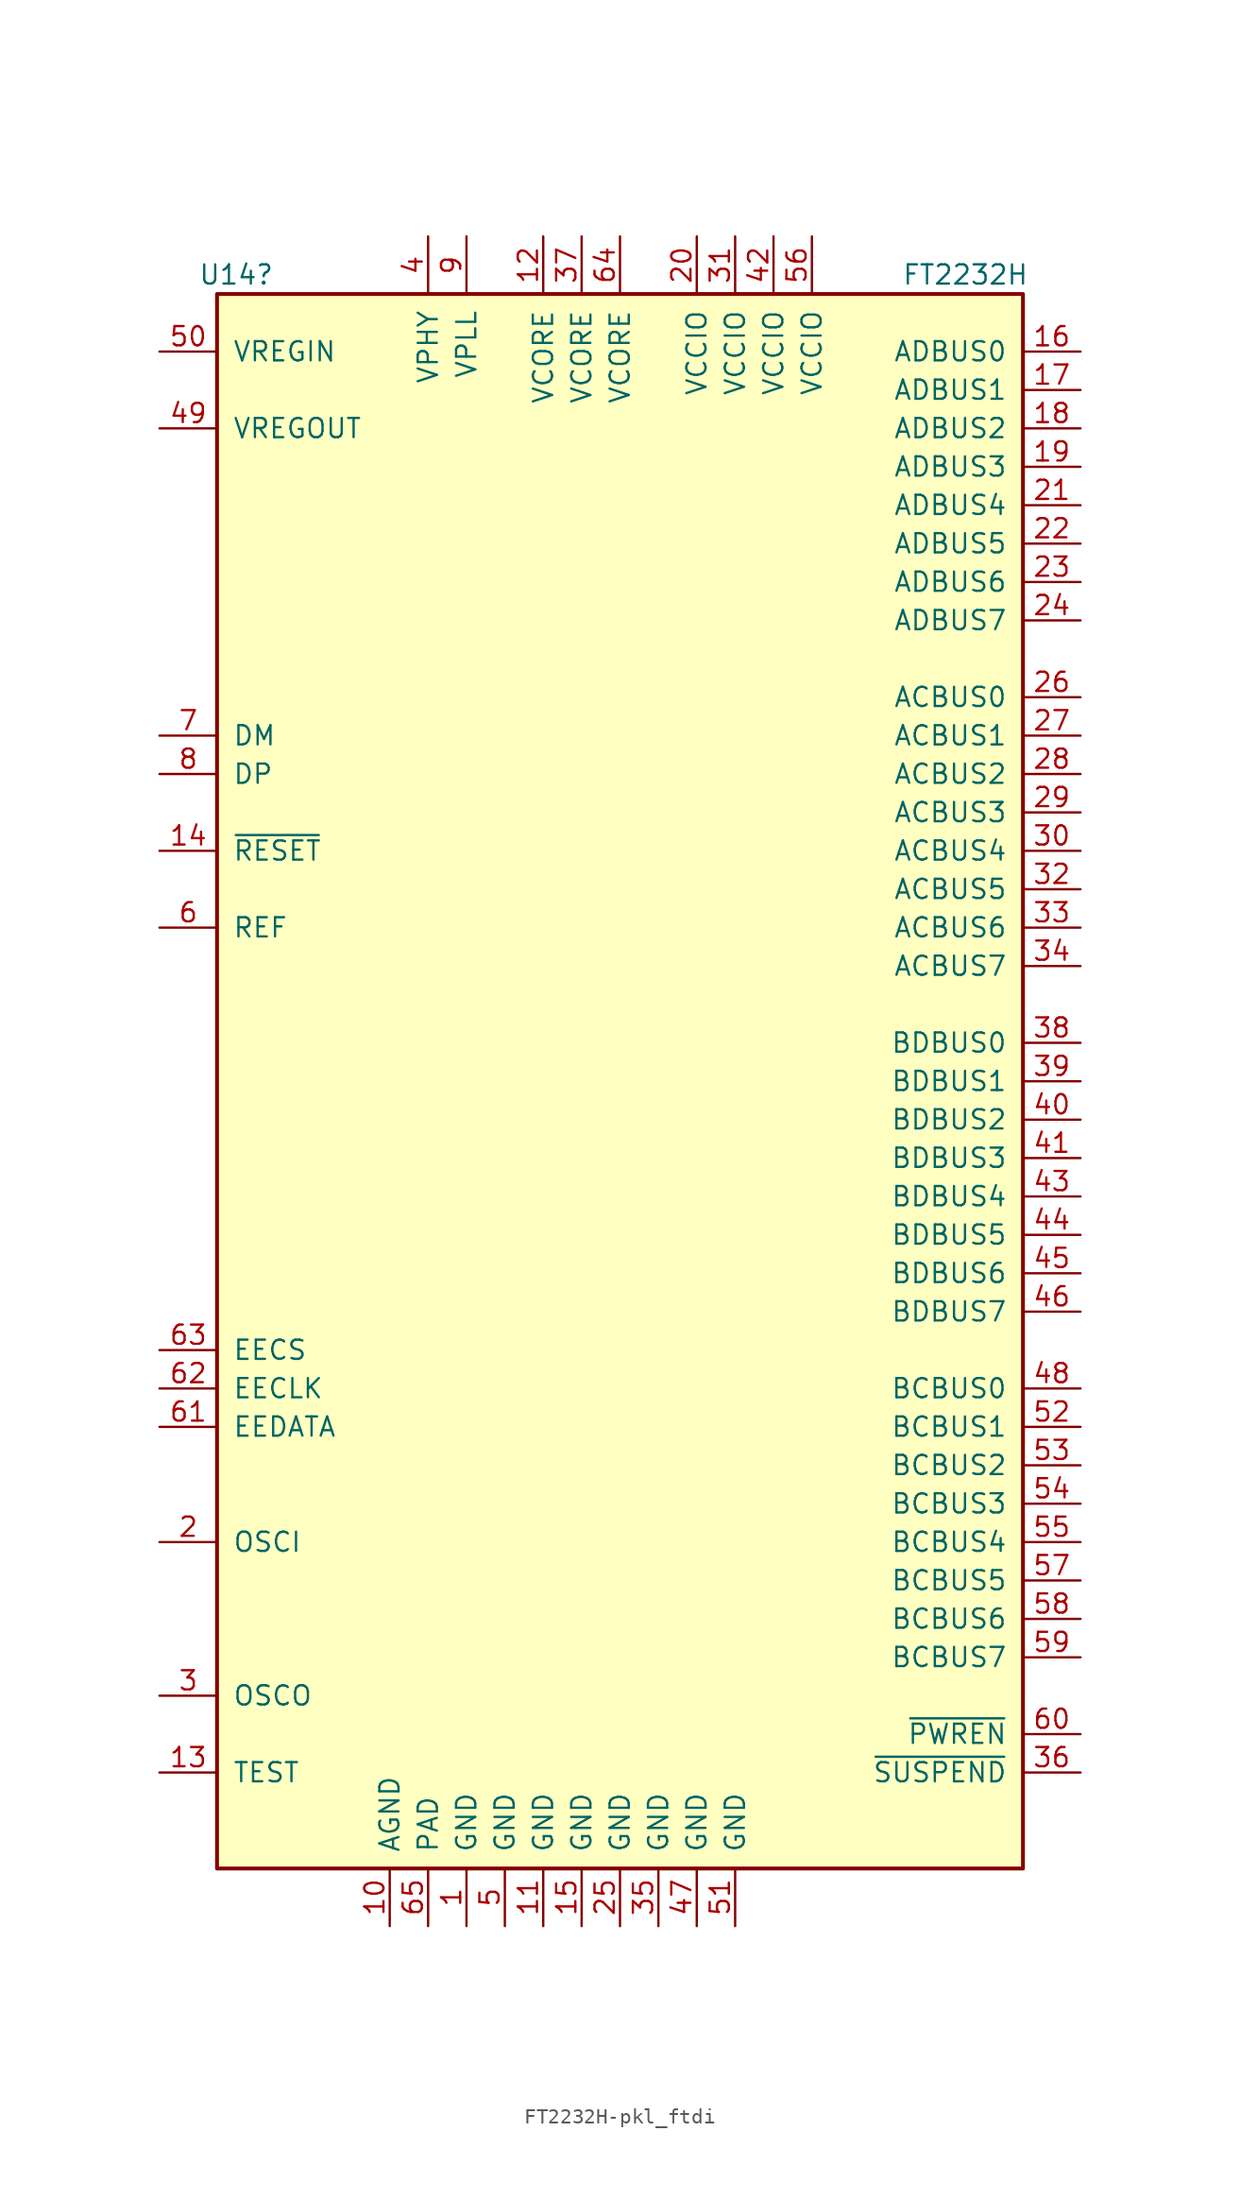
<source format=kicad_sym>
(kicad_symbol_lib
  (version 20231120)
  (generator "kicad_symbol_editor")
  (generator_version "8.0")
  (symbol "FT2232H-pkl_ftdi"
    (pin_names
      (offset 1.016))
    (property "Reference" "U14"
      (at -25.4 53.34 0)
      (effects (font (size 1.27 1.27))))
    (property "Value" "FT2232H"
      (at 22.86 53.34 0)
      (effects (font (size 1.27 1.27))))
    (symbol "FT2232H-pkl_ftdi_1_1"
      (rectangle (start -26.67 52.07) (end 26.67 -52.07) (stroke (width 0.254) (type solid)) (fill (type background)))
      (pin power_in line (at -10.16 -55.88 90) (length 3.81) (name "GND" (effects (font (size 1.27 1.27)))) (number "1" (effects (font (size 1.27 1.27)))))
      (pin power_in line (at -15.24 -55.88 90) (length 3.81) (name "AGND" (effects (font (size 1.27 1.27)))) (number "10" (effects (font (size 1.27 1.27)))))
      (pin power_in line (at -5.08 -55.88 90) (length 3.81) (name "GND" (effects (font (size 1.27 1.27)))) (number "11" (effects (font (size 1.27 1.27)))))
      (pin power_in line (at -5.08 55.88 270) (length 3.81) (name "VCORE" (effects (font (size 1.27 1.27)))) (number "12" (effects (font (size 1.27 1.27)))))
      (pin input line (at -30.48 -45.72 0) (length 3.81) (name "TEST" (effects (font (size 1.27 1.27)))) (number "13" (effects (font (size 1.27 1.27)))))
      (pin input line (at -30.48 15.24 0) (length 3.81) (name "~{RESET}" (effects (font (size 1.27 1.27)))) (number "14" (effects (font (size 1.27 1.27)))))
      (pin power_in line (at -2.54 -55.88 90) (length 3.81) (name "GND" (effects (font (size 1.27 1.27)))) (number "15" (effects (font (size 1.27 1.27)))))
      (pin bidirectional line (at 30.48 48.26 180) (length 3.81) (name "ADBUS0" (effects (font (size 1.27 1.27)))) (number "16" (effects (font (size 1.27 1.27)))))
      (pin bidirectional line (at 30.48 45.72 180) (length 3.81) (name "ADBUS1" (effects (font (size 1.27 1.27)))) (number "17" (effects (font (size 1.27 1.27)))))
      (pin bidirectional line (at 30.48 43.18 180) (length 3.81) (name "ADBUS2" (effects (font (size 1.27 1.27)))) (number "18" (effects (font (size 1.27 1.27)))))
      (pin bidirectional line (at 30.48 40.64 180) (length 3.81) (name "ADBUS3" (effects (font (size 1.27 1.27)))) (number "19" (effects (font (size 1.27 1.27)))))
      (pin input line (at -30.48 -30.48 0) (length 3.81) (name "OSCI" (effects (font (size 1.27 1.27)))) (number "2" (effects (font (size 1.27 1.27)))))
      (pin power_in line (at 5.08 55.88 270) (length 3.81) (name "VCCIO" (effects (font (size 1.27 1.27)))) (number "20" (effects (font (size 1.27 1.27)))))
      (pin bidirectional line (at 30.48 38.1 180) (length 3.81) (name "ADBUS4" (effects (font (size 1.27 1.27)))) (number "21" (effects (font (size 1.27 1.27)))))
      (pin bidirectional line (at 30.48 35.56 180) (length 3.81) (name "ADBUS5" (effects (font (size 1.27 1.27)))) (number "22" (effects (font (size 1.27 1.27)))))
      (pin bidirectional line (at 30.48 33.02 180) (length 3.81) (name "ADBUS6" (effects (font (size 1.27 1.27)))) (number "23" (effects (font (size 1.27 1.27)))))
      (pin bidirectional line (at 30.48 30.48 180) (length 3.81) (name "ADBUS7" (effects (font (size 1.27 1.27)))) (number "24" (effects (font (size 1.27 1.27)))))
      (pin power_in line (at 0 -55.88 90) (length 3.81) (name "GND" (effects (font (size 1.27 1.27)))) (number "25" (effects (font (size 1.27 1.27)))))
      (pin bidirectional line (at 30.48 25.4 180) (length 3.81) (name "ACBUS0" (effects (font (size 1.27 1.27)))) (number "26" (effects (font (size 1.27 1.27)))))
      (pin bidirectional line (at 30.48 22.86 180) (length 3.81) (name "ACBUS1" (effects (font (size 1.27 1.27)))) (number "27" (effects (font (size 1.27 1.27)))))
      (pin bidirectional line (at 30.48 20.32 180) (length 3.81) (name "ACBUS2" (effects (font (size 1.27 1.27)))) (number "28" (effects (font (size 1.27 1.27)))))
      (pin bidirectional line (at 30.48 17.78 180) (length 3.81) (name "ACBUS3" (effects (font (size 1.27 1.27)))) (number "29" (effects (font (size 1.27 1.27)))))
      (pin output line (at -30.48 -40.64 0) (length 3.81) (name "OSCO" (effects (font (size 1.27 1.27)))) (number "3" (effects (font (size 1.27 1.27)))))
      (pin bidirectional line (at 30.48 15.24 180) (length 3.81) (name "ACBUS4" (effects (font (size 1.27 1.27)))) (number "30" (effects (font (size 1.27 1.27)))))
      (pin power_in line (at 7.62 55.88 270) (length 3.81) (name "VCCIO" (effects (font (size 1.27 1.27)))) (number "31" (effects (font (size 1.27 1.27)))))
      (pin bidirectional line (at 30.48 12.7 180) (length 3.81) (name "ACBUS5" (effects (font (size 1.27 1.27)))) (number "32" (effects (font (size 1.27 1.27)))))
      (pin bidirectional line (at 30.48 10.16 180) (length 3.81) (name "ACBUS6" (effects (font (size 1.27 1.27)))) (number "33" (effects (font (size 1.27 1.27)))))
      (pin bidirectional line (at 30.48 7.62 180) (length 3.81) (name "ACBUS7" (effects (font (size 1.27 1.27)))) (number "34" (effects (font (size 1.27 1.27)))))
      (pin power_in line (at 2.54 -55.88 90) (length 3.81) (name "GND" (effects (font (size 1.27 1.27)))) (number "35" (effects (font (size 1.27 1.27)))))
      (pin output line (at 30.48 -45.72 180) (length 3.81) (name "~{SUSPEND}" (effects (font (size 1.27 1.27)))) (number "36" (effects (font (size 1.27 1.27)))))
      (pin power_in line (at -2.54 55.88 270) (length 3.81) (name "VCORE" (effects (font (size 1.27 1.27)))) (number "37" (effects (font (size 1.27 1.27)))))
      (pin bidirectional line (at 30.48 2.54 180) (length 3.81) (name "BDBUS0" (effects (font (size 1.27 1.27)))) (number "38" (effects (font (size 1.27 1.27)))))
      (pin bidirectional line (at 30.48 0 180) (length 3.81) (name "BDBUS1" (effects (font (size 1.27 1.27)))) (number "39" (effects (font (size 1.27 1.27)))))
      (pin power_in line (at -12.7 55.88 270) (length 3.81) (name "VPHY" (effects (font (size 1.27 1.27)))) (number "4" (effects (font (size 1.27 1.27)))))
      (pin bidirectional line (at 30.48 -2.54 180) (length 3.81) (name "BDBUS2" (effects (font (size 1.27 1.27)))) (number "40" (effects (font (size 1.27 1.27)))))
      (pin bidirectional line (at 30.48 -5.08 180) (length 3.81) (name "BDBUS3" (effects (font (size 1.27 1.27)))) (number "41" (effects (font (size 1.27 1.27)))))
      (pin power_in line (at 10.16 55.88 270) (length 3.81) (name "VCCIO" (effects (font (size 1.27 1.27)))) (number "42" (effects (font (size 1.27 1.27)))))
      (pin bidirectional line (at 30.48 -7.62 180) (length 3.81) (name "BDBUS4" (effects (font (size 1.27 1.27)))) (number "43" (effects (font (size 1.27 1.27)))))
      (pin bidirectional line (at 30.48 -10.16 180) (length 3.81) (name "BDBUS5" (effects (font (size 1.27 1.27)))) (number "44" (effects (font (size 1.27 1.27)))))
      (pin bidirectional line (at 30.48 -12.7 180) (length 3.81) (name "BDBUS6" (effects (font (size 1.27 1.27)))) (number "45" (effects (font (size 1.27 1.27)))))
      (pin bidirectional line (at 30.48 -15.24 180) (length 3.81) (name "BDBUS7" (effects (font (size 1.27 1.27)))) (number "46" (effects (font (size 1.27 1.27)))))
      (pin power_in line (at 5.08 -55.88 90) (length 3.81) (name "GND" (effects (font (size 1.27 1.27)))) (number "47" (effects (font (size 1.27 1.27)))))
      (pin bidirectional line (at 30.48 -20.32 180) (length 3.81) (name "BCBUS0" (effects (font (size 1.27 1.27)))) (number "48" (effects (font (size 1.27 1.27)))))
      (pin power_out line (at -30.48 43.18 0) (length 3.81) (name "VREGOUT" (effects (font (size 1.27 1.27)))) (number "49" (effects (font (size 1.27 1.27)))))
      (pin power_in line (at -7.62 -55.88 90) (length 3.81) (name "GND" (effects (font (size 1.27 1.27)))) (number "5" (effects (font (size 1.27 1.27)))))
      (pin power_in line (at -30.48 48.26 0) (length 3.81) (name "VREGIN" (effects (font (size 1.27 1.27)))) (number "50" (effects (font (size 1.27 1.27)))))
      (pin power_in line (at 7.62 -55.88 90) (length 3.81) (name "GND" (effects (font (size 1.27 1.27)))) (number "51" (effects (font (size 1.27 1.27)))))
      (pin bidirectional line (at 30.48 -22.86 180) (length 3.81) (name "BCBUS1" (effects (font (size 1.27 1.27)))) (number "52" (effects (font (size 1.27 1.27)))))
      (pin bidirectional line (at 30.48 -25.4 180) (length 3.81) (name "BCBUS2" (effects (font (size 1.27 1.27)))) (number "53" (effects (font (size 1.27 1.27)))))
      (pin bidirectional line (at 30.48 -27.94 180) (length 3.81) (name "BCBUS3" (effects (font (size 1.27 1.27)))) (number "54" (effects (font (size 1.27 1.27)))))
      (pin bidirectional line (at 30.48 -30.48 180) (length 3.81) (name "BCBUS4" (effects (font (size 1.27 1.27)))) (number "55" (effects (font (size 1.27 1.27)))))
      (pin power_in line (at 12.7 55.88 270) (length 3.81) (name "VCCIO" (effects (font (size 1.27 1.27)))) (number "56" (effects (font (size 1.27 1.27)))))
      (pin bidirectional line (at 30.48 -33.02 180) (length 3.81) (name "BCBUS5" (effects (font (size 1.27 1.27)))) (number "57" (effects (font (size 1.27 1.27)))))
      (pin bidirectional line (at 30.48 -35.56 180) (length 3.81) (name "BCBUS6" (effects (font (size 1.27 1.27)))) (number "58" (effects (font (size 1.27 1.27)))))
      (pin bidirectional line (at 30.48 -38.1 180) (length 3.81) (name "BCBUS7" (effects (font (size 1.27 1.27)))) (number "59" (effects (font (size 1.27 1.27)))))
      (pin output line (at -30.48 10.16 0) (length 3.81) (name "REF" (effects (font (size 1.27 1.27)))) (number "6" (effects (font (size 1.27 1.27)))))
      (pin output line (at 30.48 -43.18 180) (length 3.81) (name "~{PWREN}" (effects (font (size 1.27 1.27)))) (number "60" (effects (font (size 1.27 1.27)))))
      (pin bidirectional line (at -30.48 -22.86 0) (length 3.81) (name "EEDATA" (effects (font (size 1.27 1.27)))) (number "61" (effects (font (size 1.27 1.27)))))
      (pin output line (at -30.48 -20.32 0) (length 3.81) (name "EECLK" (effects (font (size 1.27 1.27)))) (number "62" (effects (font (size 1.27 1.27)))))
      (pin output line (at -30.48 -17.78 0) (length 3.81) (name "EECS" (effects (font (size 1.27 1.27)))) (number "63" (effects (font (size 1.27 1.27)))))
      (pin power_in line (at 0 55.88 270) (length 3.81) (name "VCORE" (effects (font (size 1.27 1.27)))) (number "64" (effects (font (size 1.27 1.27)))))
      (pin passive line (at -12.7 -55.88 90) (length 3.81) (name "PAD" (effects (font (size 1.27 1.27)))) (number "65" (effects (font (size 1.27 1.27)))))
      (pin bidirectional line (at -30.48 22.86 0) (length 3.81) (name "DM" (effects (font (size 1.27 1.27)))) (number "7" (effects (font (size 1.27 1.27)))))
      (pin bidirectional line (at -30.48 20.32 0) (length 3.81) (name "DP" (effects (font (size 1.27 1.27)))) (number "8" (effects (font (size 1.27 1.27)))))
      (pin input line (at -10.16 55.88 270) (length 3.81) (name "VPLL" (effects (font (size 1.27 1.27)))) (number "9" (effects (font (size 1.27 1.27))))))))
</source>
